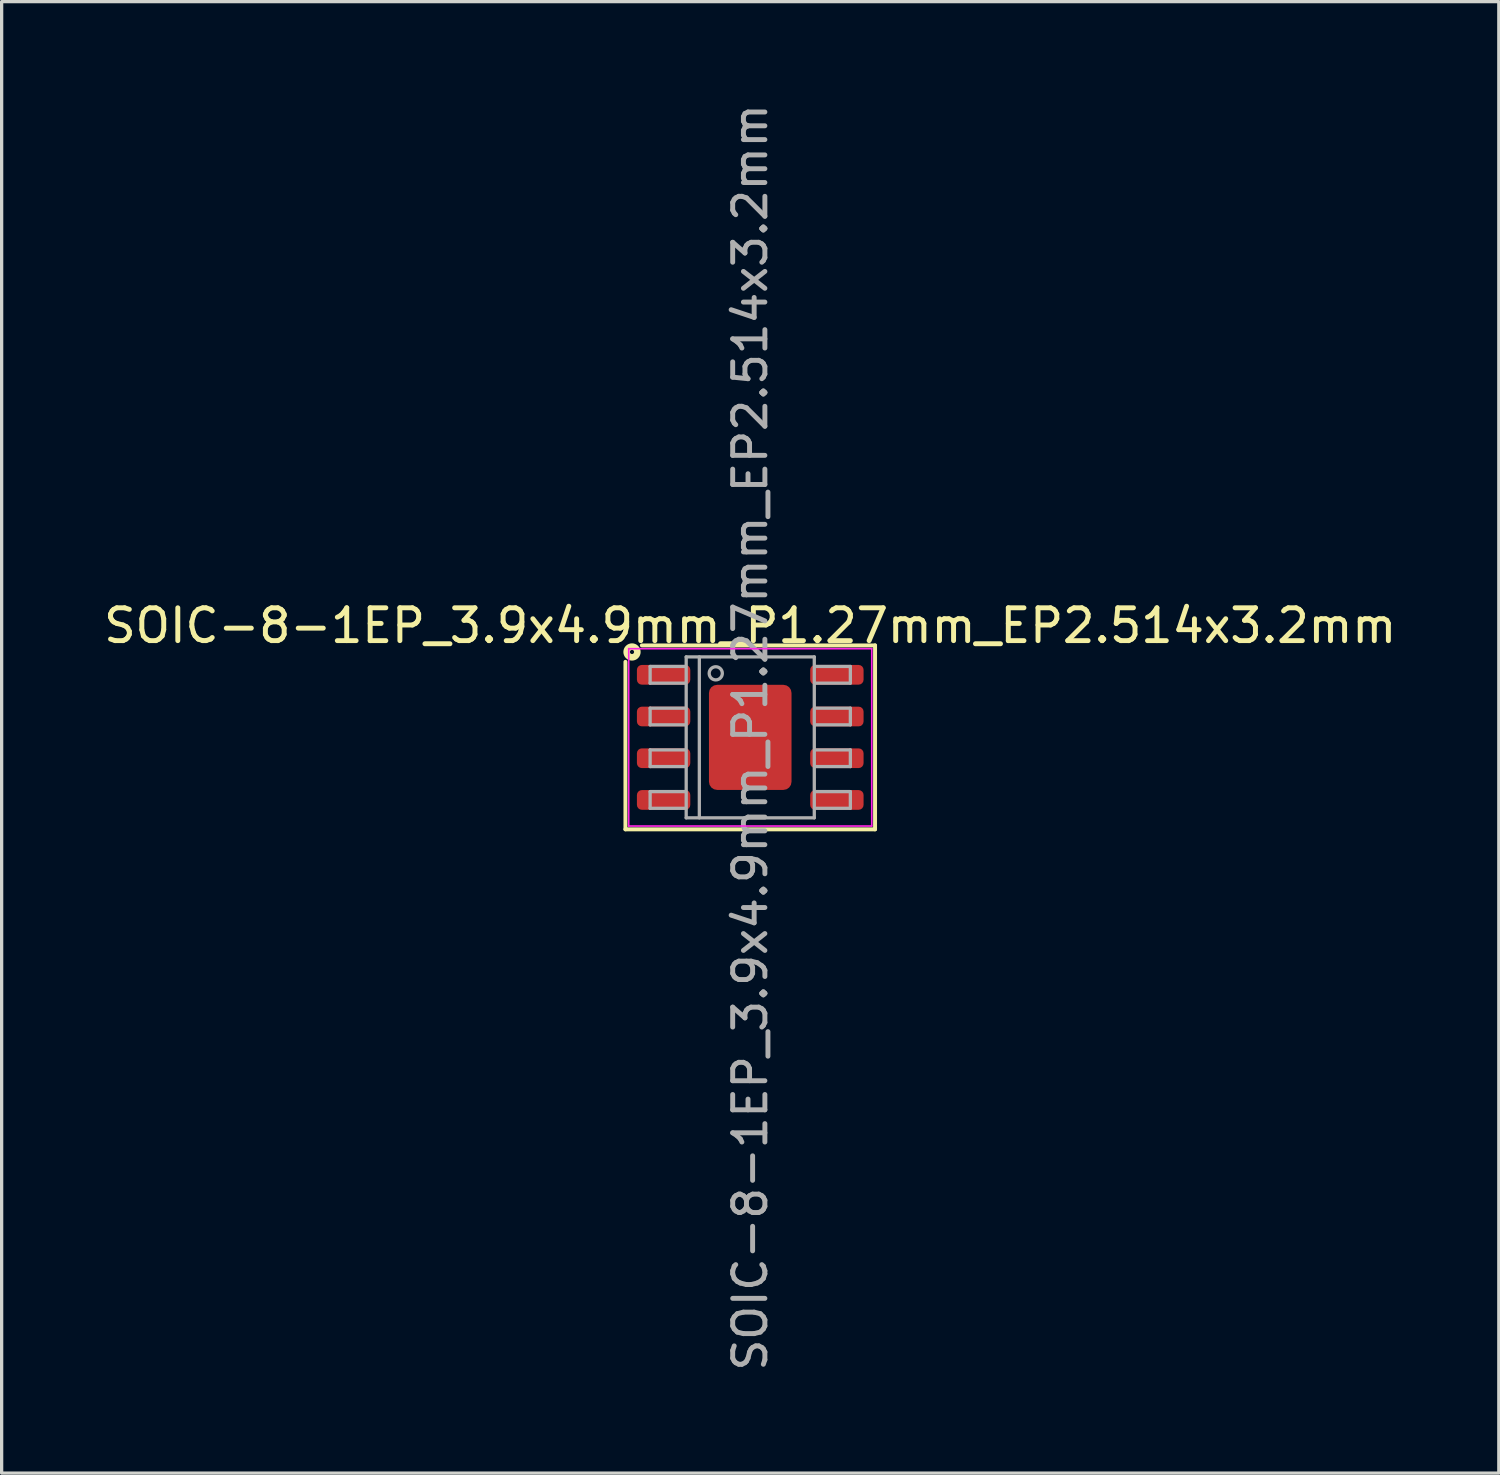
<source format=kicad_pcb>
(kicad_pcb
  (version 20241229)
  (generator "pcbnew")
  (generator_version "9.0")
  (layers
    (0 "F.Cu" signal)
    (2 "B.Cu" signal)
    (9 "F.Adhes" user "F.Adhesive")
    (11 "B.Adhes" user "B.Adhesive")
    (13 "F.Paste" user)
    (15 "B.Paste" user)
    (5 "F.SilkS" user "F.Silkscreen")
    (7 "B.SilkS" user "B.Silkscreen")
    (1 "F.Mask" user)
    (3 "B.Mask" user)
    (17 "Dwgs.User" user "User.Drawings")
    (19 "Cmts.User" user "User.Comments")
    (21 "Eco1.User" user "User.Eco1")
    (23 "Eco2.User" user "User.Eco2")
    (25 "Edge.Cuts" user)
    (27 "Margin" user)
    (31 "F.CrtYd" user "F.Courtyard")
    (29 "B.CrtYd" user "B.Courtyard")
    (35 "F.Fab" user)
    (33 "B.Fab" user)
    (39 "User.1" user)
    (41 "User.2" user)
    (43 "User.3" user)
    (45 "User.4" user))
  (footprint "SOIC-8-1EP_3.9x4.9mm_P1.27mm_EP2.514x3.2mm"
    (layer "F.Cu")
    (at 19.792 19.4)
    (property "Reference" "SOIC-8-1EP_3.9x4.9mm_P1.27mm_EP2.514x3.2mm" (at 0 -3.4 0) (layer "F.SilkS") (effects (font (size 1 1) (thickness 0.15))))
    (attr smd)
    (fp_line (start -3.8 -2.3) (end -3.8 2.8) (stroke (width 0.12) (type solid)) (layer "F.SilkS"))
    (fp_line (start -3.8 2.8) (end 3.8 2.8) (stroke (width 0.12) (type solid)) (layer "F.SilkS"))
    (fp_line (start 3.8 -2.8) (end -3.3 -2.8) (stroke (width 0.12) (type solid)) (layer "F.SilkS"))
    (fp_line (start 3.8 2.8) (end 3.8 -2.8) (stroke (width 0.12) (type solid)) (layer "F.SilkS"))
    (fp_circle (center -3.6 -2.6) (end -3.537 -2.6) (stroke (width 0.2) (type solid)) (fill no) (layer "F.SilkS"))
    (fp_line (start -3.7 -2.7) (end -3.7 2.7) (stroke (width 0.05) (type solid)) (layer "F.CrtYd"))
    (fp_line (start -3.7 2.7) (end 3.7 2.7) (stroke (width 0.05) (type solid)) (layer "F.CrtYd"))
    (fp_line (start 3.7 -2.7) (end -3.7 -2.7) (stroke (width 0.05) (type solid)) (layer "F.CrtYd"))
    (fp_line (start 3.7 2.7) (end 3.7 -2.7) (stroke (width 0.05) (type solid)) (layer "F.CrtYd"))
    (fp_line (start -3.048 -2.159) (end -3.048 -1.651) (stroke (width 0.1) (type solid)) (layer "F.Fab"))
    (fp_line (start -3.048 -2.159) (end -1.968 -2.159) (stroke (width 0.1) (type solid)) (layer "F.Fab"))
    (fp_line (start -3.048 -1.651) (end -1.968 -1.651) (stroke (width 0.1) (type solid)) (layer "F.Fab"))
    (fp_line (start -3.048 -0.889) (end -3.048 -0.381) (stroke (width 0.1) (type solid)) (layer "F.Fab"))
    (fp_line (start -3.048 -0.889) (end -1.968 -0.889) (stroke (width 0.1) (type solid)) (layer "F.Fab"))
    (fp_line (start -3.048 -0.381) (end -1.968 -0.381) (stroke (width 0.1) (type solid)) (layer "F.Fab"))
    (fp_line (start -3.048 0.381) (end -3.048 0.889) (stroke (width 0.1) (type solid)) (layer "F.Fab"))
    (fp_line (start -3.048 0.381) (end -1.968 0.381) (stroke (width 0.1) (type solid)) (layer "F.Fab"))
    (fp_line (start -3.048 0.889) (end -1.968 0.889) (stroke (width 0.1) (type solid)) (layer "F.Fab"))
    (fp_line (start -3.048 1.651) (end -3.048 2.159) (stroke (width 0.1) (type solid)) (layer "F.Fab"))
    (fp_line (start -3.048 1.651) (end -1.968 1.651) (stroke (width 0.1) (type solid)) (layer "F.Fab"))
    (fp_line (start -3.048 2.159) (end -1.968 2.159) (stroke (width 0.1) (type solid)) (layer "F.Fab"))
    (fp_line (start -1.95 -2.45) (end 1.95 -2.45) (stroke (width 0.1) (type solid)) (layer "F.Fab"))
    (fp_line (start -1.95 2.45) (end -1.95 -2.45) (stroke (width 0.1) (type solid)) (layer "F.Fab"))
    (fp_line (start -1.55 -2.45) (end -1.55 2.45) (stroke (width 0.1) (type solid)) (layer "F.Fab"))
    (fp_line (start 1.95 -2.45) (end 1.95 2.45) (stroke (width 0.1) (type solid)) (layer "F.Fab"))
    (fp_line (start 1.95 2.45) (end -1.95 2.45) (stroke (width 0.1) (type solid)) (layer "F.Fab"))
    (fp_line (start 3.048 -2.159) (end 1.968 -2.159) (stroke (width 0.1) (type solid)) (layer "F.Fab"))
    (fp_line (start 3.048 -1.651) (end 1.968 -1.651) (stroke (width 0.1) (type solid)) (layer "F.Fab"))
    (fp_line (start 3.048 -1.651) (end 3.048 -2.159) (stroke (width 0.1) (type solid)) (layer "F.Fab"))
    (fp_line (start 3.048 -0.889) (end 1.968 -0.889) (stroke (width 0.1) (type solid)) (layer "F.Fab"))
    (fp_line (start 3.048 -0.381) (end 1.968 -0.381) (stroke (width 0.1) (type solid)) (layer "F.Fab"))
    (fp_line (start 3.048 -0.381) (end 3.048 -0.889) (stroke (width 0.1) (type solid)) (layer "F.Fab"))
    (fp_line (start 3.048 0.381) (end 1.968 0.381) (stroke (width 0.1) (type solid)) (layer "F.Fab"))
    (fp_line (start 3.048 0.889) (end 1.968 0.889) (stroke (width 0.1) (type solid)) (layer "F.Fab"))
    (fp_line (start 3.048 0.889) (end 3.048 0.381) (stroke (width 0.1) (type solid)) (layer "F.Fab"))
    (fp_line (start 3.048 1.651) (end 1.968 1.651) (stroke (width 0.1) (type solid)) (layer "F.Fab"))
    (fp_line (start 3.048 2.159) (end 1.968 2.159) (stroke (width 0.1) (type solid)) (layer "F.Fab"))
    (fp_line (start 3.048 2.159) (end 3.048 1.651) (stroke (width 0.1) (type solid)) (layer "F.Fab"))
    (fp_circle (center -1.05 -1.95) (end -0.85 -1.95) (stroke (width 0.1) (type solid)) (fill no) (layer "F.Fab"))
    (fp_text user "${REFERENCE}" (at 0 0 90) (layer "F.Fab") (effects (font (size 0.98 0.98) (thickness 0.15))))
    (pad "" smd roundrect (at -0.63 -0.8) (size 1.01 1.29) (layers "F.Paste") (roundrect_rratio 0.248))
    (pad "" smd roundrect (at -0.63 0.8) (size 1.01 1.29) (layers "F.Paste") (roundrect_rratio 0.248))
    (pad "" smd roundrect (at 0.63 -0.8) (size 1.01 1.29) (layers "F.Paste") (roundrect_rratio 0.248))
    (pad "" smd roundrect (at 0.63 0.8) (size 1.01 1.29) (layers "F.Paste") (roundrect_rratio 0.248))
    (pad "1" smd roundrect (at -2.638 -1.905) (size 1.625 0.6) (layers "F.Cu" "F.Mask" "F.Paste") (roundrect_rratio 0.25))
    (pad "2" smd roundrect (at -2.638 -0.635) (size 1.625 0.6) (layers "F.Cu" "F.Mask" "F.Paste") (roundrect_rratio 0.25))
    (pad "3" smd roundrect (at -2.638 0.635) (size 1.625 0.6) (layers "F.Cu" "F.Mask" "F.Paste") (roundrect_rratio 0.25))
    (pad "4" smd roundrect (at -2.638 1.905) (size 1.625 0.6) (layers "F.Cu" "F.Mask" "F.Paste") (roundrect_rratio 0.25))
    (pad "5" smd roundrect (at 2.638 1.905) (size 1.625 0.6) (layers "F.Cu" "F.Mask" "F.Paste") (roundrect_rratio 0.25))
    (pad "6" smd roundrect (at 2.638 0.635) (size 1.625 0.6) (layers "F.Cu" "F.Mask" "F.Paste") (roundrect_rratio 0.25))
    (pad "7" smd roundrect (at 2.638 -0.635) (size 1.625 0.6) (layers "F.Cu" "F.Mask" "F.Paste") (roundrect_rratio 0.25))
    (pad "8" smd roundrect (at 2.638 -1.905) (size 1.625 0.6) (layers "F.Cu" "F.Mask" "F.Paste") (roundrect_rratio 0.25))
    (pad "9" smd roundrect (at 0 0) (size 2.514 3.2) (layers "F.Cu" "F.Mask") (roundrect_rratio 0.099)))
  (gr_rect
    (start -3 -3)
    (end 42.583 41.801)
    (stroke (width 0.1) (type default))
    (fill no)
    (layer "Edge.Cuts")))
</source>
